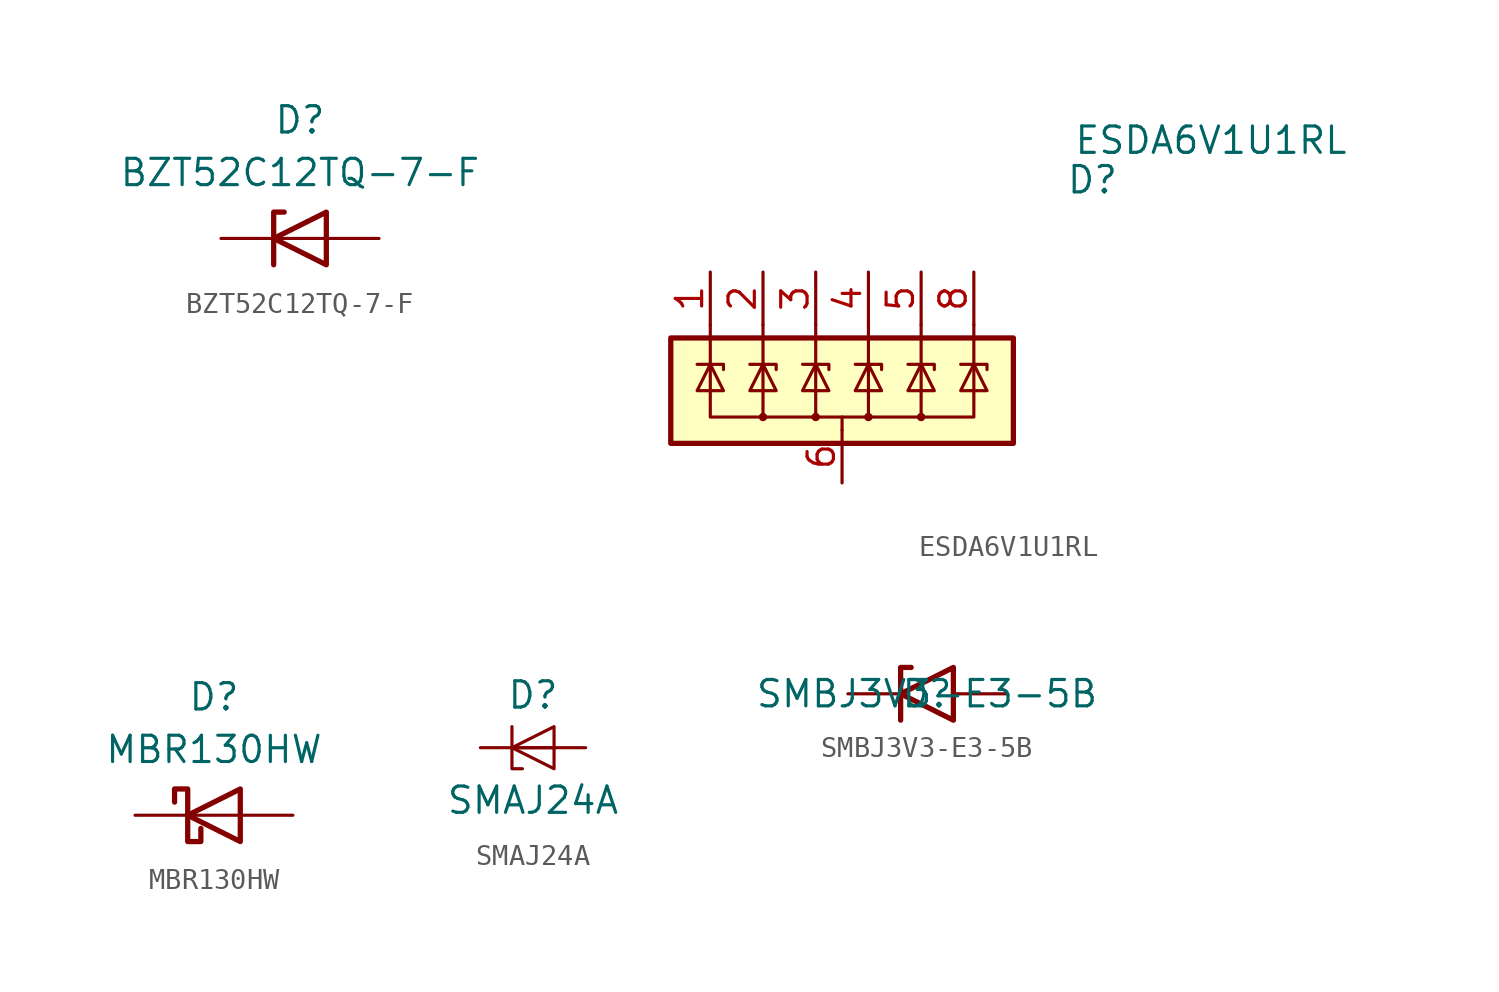
<source format=kicad_sym>
(kicad_symbol_lib
  (version 20211014)
  (generator kicad_symbol_editor)
  (symbol "BZT52C12TQ-7-F"
    (pin_numbers hide)
    (pin_names hide)
    (property "Reference" "D"
      (at 0 5.715 0)
      (effects (font (size 1.27 1.27))))
    (property "Value" "BZT52C12TQ-7-F"
      (at 0 3.175 0)
      (effects (font (size 1.27 1.27))))
    (symbol "BZT52C12TQ-7-F_0_1"
      (polyline (pts (xy 1.27 0) (xy -1.27 0)) (stroke (width 0) (type default) (color 0 0 0 0)) (fill (type none)))
      (polyline (pts (xy -1.27 -1.27) (xy -1.27 1.27) (xy -0.762 1.27)) (stroke (width 0.254) (type default) (color 0 0 0 0)) (fill (type none)))
      (polyline (pts (xy 1.27 -1.27) (xy 1.27 1.27) (xy -1.27 0) (xy 1.27 -1.27)) (stroke (width 0.254) (type default) (color 0 0 0 0)) (fill (type none))))
    (symbol "BZT52C12TQ-7-F_1_1"
      (pin passive line (at -3.81 0 0) (length 2.54) (name "K" (effects (font (size 1.27 1.27)))) (number "1" (effects (font (size 1.27 1.27)))))
      (pin passive line (at 3.81 0 180) (length 2.54) (name "A" (effects (font (size 1.27 1.27)))) (number "2" (effects (font (size 1.27 1.27)))))))
  (symbol "ESDA6V1U1RL"
    (pin_names hide)
    (property "Reference" "D"
      (at 12.065 9.525 0)
      (effects (font (size 1.27 1.27))))
    (property "Value" "ESDA6V1U1RL"
      (at 17.78 11.43 0)
      (effects (font (size 1.27 1.27))))
    (symbol "ESDA6V1U1RL_0_0"
      (pin passive line (at 0 -5.08 90) (length 2.54) (name "GND" (effects (font (size 1.27 1.27)))) (number "6" (effects (font (size 1.27 1.27)))))
      (pin passive line (at 0 -5.08 90) (length 2.54) hide (name "GND" (effects (font (size 1.27 1.27)))) (number "7" (effects (font (size 1.27 1.27))))))
    (symbol "ESDA6V1U1RL_0_1"
      (rectangle (start -8.255 1.905) (end 8.255 -3.175) (stroke (width 0.254) (type default) (color 0 0 0 0)) (fill (type background)))
      (circle (center -3.81 -1.905) (radius 0.127) (stroke (width 0) (type default) (color 0 0 0 0)) (fill (type none)))
      (circle (center -1.27 -1.905) (radius 0.127) (stroke (width 0) (type default) (color 0 0 0 0)) (fill (type none)))
      (polyline (pts (xy -3.81 2.54) (xy -3.81 -1.905)) (stroke (width 0) (type default) (color 0 0 0 0)) (fill (type none)))
      (polyline (pts (xy -1.27 2.54) (xy -1.27 -1.905)) (stroke (width 0) (type default) (color 0 0 0 0)) (fill (type none)))
      (polyline (pts (xy 0 -1.905) (xy 0 -2.54)) (stroke (width 0) (type default) (color 0 0 0 0)) (fill (type none)))
      (polyline (pts (xy 1.27 2.54) (xy 1.27 -1.905)) (stroke (width 0) (type default) (color 0 0 0 0)) (fill (type none)))
      (polyline (pts (xy 3.81 2.54) (xy 3.81 -1.905)) (stroke (width 0) (type default) (color 0 0 0 0)) (fill (type none)))
      (polyline (pts (xy -6.985 0.635) (xy -5.715 0.635) (xy -5.715 0.381)) (stroke (width 0) (type default) (color 0 0 0 0)) (fill (type none)))
      (polyline (pts (xy -4.445 0.635) (xy -3.175 0.635) (xy -3.175 0.381)) (stroke (width 0) (type default) (color 0 0 0 0)) (fill (type none)))
      (polyline (pts (xy -1.905 0.635) (xy -0.635 0.635) (xy -0.635 0.381)) (stroke (width 0) (type default) (color 0 0 0 0)) (fill (type none)))
      (polyline (pts (xy 0.635 0.635) (xy 1.905 0.635) (xy 1.905 0.381)) (stroke (width 0) (type default) (color 0 0 0 0)) (fill (type none)))
      (polyline (pts (xy 3.175 0.635) (xy 4.445 0.635) (xy 4.445 0.381)) (stroke (width 0) (type default) (color 0 0 0 0)) (fill (type none)))
      (polyline (pts (xy 5.715 0.635) (xy 6.985 0.635) (xy 6.985 0.381)) (stroke (width 0) (type default) (color 0 0 0 0)) (fill (type none)))
      (polyline (pts (xy -6.985 -0.635) (xy -5.715 -0.635) (xy -6.35 0.635) (xy -6.985 -0.635)) (stroke (width 0) (type default) (color 0 0 0 0)) (fill (type none)))
      (polyline (pts (xy -6.35 2.54) (xy -6.35 -1.905) (xy 6.35 -1.905) (xy 6.35 2.54)) (stroke (width 0) (type default) (color 0 0 0 0)) (fill (type none)))
      (polyline (pts (xy -4.445 -0.635) (xy -3.175 -0.635) (xy -3.81 0.635) (xy -4.445 -0.635)) (stroke (width 0) (type default) (color 0 0 0 0)) (fill (type none)))
      (polyline (pts (xy -1.905 -0.635) (xy -0.635 -0.635) (xy -1.27 0.635) (xy -1.905 -0.635)) (stroke (width 0) (type default) (color 0 0 0 0)) (fill (type none)))
      (polyline (pts (xy 0.635 -0.635) (xy 1.905 -0.635) (xy 1.27 0.635) (xy 0.635 -0.635)) (stroke (width 0) (type default) (color 0 0 0 0)) (fill (type none)))
      (polyline (pts (xy 3.175 -0.635) (xy 4.445 -0.635) (xy 3.81 0.635) (xy 3.175 -0.635)) (stroke (width 0) (type default) (color 0 0 0 0)) (fill (type none)))
      (polyline (pts (xy 5.715 -0.635) (xy 6.985 -0.635) (xy 6.35 0.635) (xy 5.715 -0.635)) (stroke (width 0) (type default) (color 0 0 0 0)) (fill (type none)))
      (circle (center 1.27 -1.905) (radius 0.127) (stroke (width 0) (type default) (color 0 0 0 0)) (fill (type none)))
      (circle (center 3.81 -1.905) (radius 0.127) (stroke (width 0) (type default) (color 0 0 0 0)) (fill (type none))))
    (symbol "ESDA6V1U1RL_1_1"
      (pin passive line (at -6.35 5.08 270) (length 2.54) (name "IO1" (effects (font (size 1.27 1.27)))) (number "1" (effects (font (size 1.27 1.27)))))
      (pin passive line (at -3.81 5.08 270) (length 2.54) (name "IO2" (effects (font (size 1.27 1.27)))) (number "2" (effects (font (size 1.27 1.27)))))
      (pin passive line (at -1.27 5.08 270) (length 2.54) (name "IO3" (effects (font (size 1.27 1.27)))) (number "3" (effects (font (size 1.27 1.27)))))
      (pin passive line (at 1.27 5.08 270) (length 2.54) (name "IO4" (effects (font (size 1.27 1.27)))) (number "4" (effects (font (size 1.27 1.27)))))
      (pin passive line (at 3.81 5.08 270) (length 2.54) (name "IO5" (effects (font (size 1.27 1.27)))) (number "5" (effects (font (size 1.27 1.27)))))
      (pin passive line (at 6.35 5.08 270) (length 2.54) (name "IO6" (effects (font (size 1.27 1.27)))) (number "8" (effects (font (size 1.27 1.27)))))))
  (symbol "MBR130HW"
    (pin_numbers hide)
    (pin_names hide)
    (property "Reference" "D"
      (at 0 5.715 0)
      (effects (font (size 1.27 1.27))))
    (property "Value" "MBR130HW"
      (at 0 3.175 0)
      (effects (font (size 1.27 1.27))))
    (symbol "MBR130HW_0_1"
      (polyline (pts (xy 1.27 0) (xy -1.27 0)) (stroke (width 0) (type default) (color 0 0 0 0)) (fill (type none)))
      (polyline (pts (xy 1.27 1.27) (xy 1.27 -1.27) (xy -1.27 0) (xy 1.27 1.27)) (stroke (width 0.254) (type default) (color 0 0 0 0)) (fill (type none)))
      (polyline (pts (xy -1.905 0.635) (xy -1.905 1.27) (xy -1.27 1.27) (xy -1.27 -1.27) (xy -0.635 -1.27) (xy -0.635 -0.635)) (stroke (width 0.254) (type default) (color 0 0 0 0)) (fill (type none))))
    (symbol "MBR130HW_1_1"
      (pin passive line (at -3.81 0 0) (length 2.54) (name "K" (effects (font (size 1.27 1.27)))) (number "1" (effects (font (size 1.27 1.27)))))
      (pin passive line (at 3.81 0 180) (length 2.54) (name "A" (effects (font (size 1.27 1.27)))) (number "2" (effects (font (size 1.27 1.27)))))))
  (symbol "SMAJ24A"
    (pin_numbers hide)
    (pin_names hide)
    (property "Reference" "D"
      (at 0 2.54 0)
      (effects (font (size 1.27 1.27))))
    (property "Value" "SMAJ24A"
      (at 0 -2.54 0)
      (effects (font (size 1.27 1.27))))
    (symbol "SMAJ24A_0_1"
      (polyline (pts (xy -1.016 0) (xy 1.016 0)) (stroke (width 0) (type default) (color 0 0 0 0)) (fill (type none)))
      (polyline (pts (xy -1.016 1.016) (xy -1.016 -1.016) (xy -0.508 -1.016)) (stroke (width 0) (type default) (color 0 0 0 0)) (fill (type none)))
      (polyline (pts (xy 1.016 1.016) (xy -1.016 0) (xy 1.016 -1.016) (xy 1.016 1.016)) (stroke (width 0) (type default) (color 0 0 0 0)) (fill (type none))))
    (symbol "SMAJ24A_1_1"
      (pin passive line (at -2.54 0 0) (length 2.54) (name "K1" (effects (font (size 1.27 1.27)))) (number "1" (effects (font (size 1.27 1.27)))))
      (pin passive line (at 2.54 0 180) (length 2.54) (name "A" (effects (font (size 1.27 1.27)))) (number "2" (effects (font (size 1.27 1.27)))))))
  (symbol "SMBJ3V3-E3-5B"
    (pin_numbers hide)
    (pin_names hide)
    (property "Reference" "D"
      (at 0 0 0)
      (effects (font (size 1.27 1.27))))
    (property "Value" "SMBJ3V3-E3-5B"
      (at 0 0 0)
      (effects (font (size 1.27 1.27))))
    (symbol "SMBJ3V3-E3-5B_0_1"
      (polyline (pts (xy -0.762 1.27) (xy -1.27 1.27) (xy -1.27 -1.27)) (stroke (width 0.254) (type default) (color 0 0 0 0)) (fill (type none)))
      (polyline (pts (xy 1.27 1.27) (xy 1.27 -1.27) (xy -1.27 0) (xy 1.27 1.27)) (stroke (width 0.254) (type default) (color 0 0 0 0)) (fill (type none))))
    (symbol "SMBJ3V3-E3-5B_1_1"
      (pin passive line (at -3.81 0 0) (length 2.54) (name "A1" (effects (font (size 1.27 1.27)))) (number "1" (effects (font (size 1.27 1.27)))))
      (pin passive line (at 3.81 0 180) (length 2.54) (name "A2" (effects (font (size 1.27 1.27)))) (number "2" (effects (font (size 1.27 1.27))))))))
</source>
